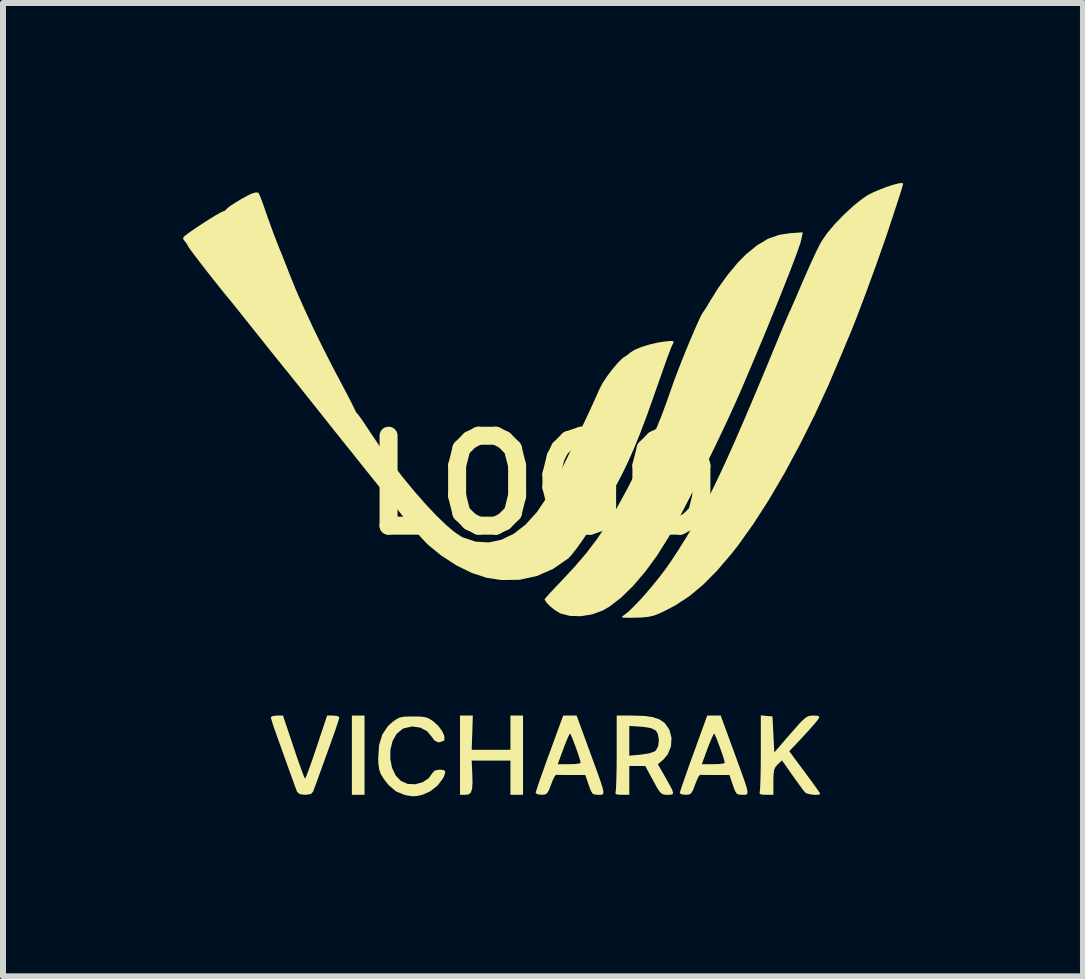
<source format=kicad_pcb>
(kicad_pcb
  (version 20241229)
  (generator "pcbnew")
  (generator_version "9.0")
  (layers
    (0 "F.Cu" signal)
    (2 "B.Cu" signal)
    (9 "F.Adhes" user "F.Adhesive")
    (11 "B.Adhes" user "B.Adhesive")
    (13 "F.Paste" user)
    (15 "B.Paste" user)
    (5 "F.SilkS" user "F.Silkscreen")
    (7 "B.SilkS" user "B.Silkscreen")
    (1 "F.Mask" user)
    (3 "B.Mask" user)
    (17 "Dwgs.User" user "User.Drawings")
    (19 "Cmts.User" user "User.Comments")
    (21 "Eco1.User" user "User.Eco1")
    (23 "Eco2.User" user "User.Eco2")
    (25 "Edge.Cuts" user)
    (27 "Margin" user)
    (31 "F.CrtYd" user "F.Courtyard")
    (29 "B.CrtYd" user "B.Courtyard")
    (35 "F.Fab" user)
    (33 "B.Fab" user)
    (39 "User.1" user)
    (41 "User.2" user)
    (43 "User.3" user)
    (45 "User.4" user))
  (footprint "LOGO"
    (layer "F.Cu")
    (at 5.998 5.034)
    (property "Reference" "LOGO" (at 0 0 0) (layer "F.SilkS") (effects (font (size 1.5 1.5) (thickness 0.3))))
    (attr board_only exclude_from_pos_files exclude_from_bom)
    (fp_poly (pts (xy -2.972 4.504) (xy -2.972 5.164) (xy -3.077 5.164) (xy -3.183 5.164) (xy -3.183 4.504) (xy -3.183 3.843) (xy -3.077 3.843) (xy -2.972 3.843)) (stroke (width 0) (type solid)) (fill yes) (layer "F.SilkS"))
    (fp_poly (pts (xy -1.176 4.128) (xy -1.186 4.414) (xy -0.863 4.414) (xy -0.54 4.413) (xy -0.54 4.128) (xy -0.54 3.843) (xy -0.435 3.843) (xy -0.33 3.843) (xy -0.33 4.504) (xy -0.33 5.164) (xy -0.435 5.164) (xy -0.54 5.164) (xy -0.54 4.879) (xy -0.54 4.594) (xy -0.863 4.594) (xy -1.186 4.593) (xy -1.176 4.806) (xy -1.172 4.96) (xy -1.179 5.064) (xy -1.2 5.126) (xy -1.239 5.157) (xy -1.292 5.164) (xy -1.381 5.164) (xy -1.381 4.504) (xy -1.381 3.843) (xy -1.274 3.843) (xy -1.167 3.843)) (stroke (width 0) (type solid)) (fill yes) (layer "F.SilkS"))
    (fp_poly (pts (xy -4.155 4.368) (xy -4.099 4.535) (xy -4.048 4.679) (xy -4.007 4.793) (xy -3.977 4.868) (xy -3.963 4.894) (xy -3.949 4.867) (xy -3.919 4.792) (xy -3.877 4.677) (xy -3.826 4.532) (xy -3.771 4.368) (xy -3.596 3.843) (xy -3.494 3.843) (xy -3.426 3.85) (xy -3.393 3.868) (xy -3.393 3.871) (xy -3.402 3.911) (xy -3.427 3.992) (xy -3.463 4.097) (xy -3.471 4.119) (xy -3.522 4.264) (xy -3.58 4.425) (xy -3.64 4.591) (xy -3.698 4.752) (xy -3.75 4.896) (xy -3.792 5.012) (xy -3.821 5.089) (xy -3.829 5.112) (xy -3.868 5.151) (xy -3.952 5.164) (xy -3.963 5.164) (xy -4.052 5.153) (xy -4.095 5.117) (xy -4.097 5.112) (xy -4.116 5.062) (xy -4.151 4.966) (xy -4.198 4.837) (xy -4.253 4.684) (xy -4.312 4.52) (xy -4.371 4.354) (xy -4.427 4.199) (xy -4.455 4.119) (xy -4.493 4.011) (xy -4.52 3.924) (xy -4.533 3.875) (xy -4.534 3.871) (xy -4.507 3.852) (xy -4.443 3.843) (xy -4.432 3.843) (xy -4.331 3.843)) (stroke (width 0) (type solid)) (fill yes) (layer "F.SilkS"))
    (fp_poly (pts (xy 3.73 3.849) (xy 3.828 3.858) (xy 3.843 4.158) (xy 3.858 4.457) (xy 4.124 4.15) (xy 4.232 4.026) (xy 4.31 3.941) (xy 4.368 3.888) (xy 4.414 3.858) (xy 4.457 3.846) (xy 4.506 3.843) (xy 4.508 3.843) (xy 4.583 3.847) (xy 4.609 3.864) (xy 4.603 3.885) (xy 4.565 3.937) (xy 4.492 4.023) (xy 4.391 4.136) (xy 4.268 4.268) (xy 4.226 4.313) (xy 4.107 4.437) (xy 4.365 4.784) (xy 4.457 4.909) (xy 4.535 5.016) (xy 4.591 5.096) (xy 4.621 5.141) (xy 4.624 5.148) (xy 4.598 5.162) (xy 4.537 5.165) (xy 4.463 5.157) (xy 4.4 5.142) (xy 4.373 5.127) (xy 4.341 5.087) (xy 4.284 5.01) (xy 4.211 4.91) (xy 4.161 4.839) (xy 3.986 4.59) (xy 3.915 4.657) (xy 3.877 4.7) (xy 3.855 4.751) (xy 3.845 4.828) (xy 3.843 4.944) (xy 3.843 5.164) (xy 3.72 5.164) (xy 3.642 5.16) (xy 3.612 5.144) (xy 3.615 5.117) (xy 3.62 5.073) (xy 3.625 4.98) (xy 3.629 4.845) (xy 3.632 4.681) (xy 3.633 4.495) (xy 3.633 4.454) (xy 3.633 3.839)) (stroke (width 0) (type solid)) (fill yes) (layer "F.SilkS"))
    (fp_poly (pts (xy 1.687 3.849) (xy 1.831 3.869) (xy 1.94 3.905) (xy 2.023 3.96) (xy 2.032 3.968) (xy 2.11 4.08) (xy 2.145 4.215) (xy 2.136 4.356) (xy 2.084 4.487) (xy 2.009 4.577) (xy 1.917 4.654) (xy 2.033 4.856) (xy 2.107 4.987) (xy 2.153 5.074) (xy 2.171 5.126) (xy 2.163 5.153) (xy 2.13 5.163) (xy 2.078 5.164) (xy 2.024 5.162) (xy 1.984 5.147) (xy 1.947 5.112) (xy 1.903 5.044) (xy 1.842 4.933) (xy 1.837 4.924) (xy 1.707 4.684) (xy 1.574 4.684) (xy 1.441 4.684) (xy 1.441 4.924) (xy 1.441 5.164) (xy 1.318 5.164) (xy 1.24 5.16) (xy 1.21 5.144) (xy 1.213 5.117) (xy 1.218 5.073) (xy 1.223 4.979) (xy 1.227 4.845) (xy 1.23 4.681) (xy 1.231 4.496) (xy 1.231 4.456) (xy 1.231 4.016) (xy 1.441 4.016) (xy 1.441 4.264) (xy 1.441 4.512) (xy 1.637 4.494) (xy 1.772 4.473) (xy 1.862 4.441) (xy 1.884 4.425) (xy 1.923 4.35) (xy 1.934 4.25) (xy 1.918 4.152) (xy 1.884 4.093) (xy 1.811 4.055) (xy 1.684 4.032) (xy 1.637 4.029) (xy 1.441 4.016) (xy 1.231 4.016) (xy 1.231 3.843) (xy 1.494 3.843)) (stroke (width 0) (type solid)) (fill yes) (layer "F.SilkS"))
    (fp_poly (pts (xy 0.78 4.436) (xy 0.861 4.658) (xy 0.923 4.829) (xy 0.968 4.957) (xy 0.996 5.047) (xy 1.009 5.107) (xy 1.008 5.142) (xy 0.994 5.159) (xy 0.969 5.164) (xy 0.934 5.164) (xy 0.924 5.164) (xy 0.864 5.16) (xy 0.826 5.14) (xy 0.797 5.089) (xy 0.764 4.999) (xy 0.708 4.834) (xy 0.474 4.834) (xy 0.36 4.833) (xy 0.271 4.832) (xy 0.221 4.831) (xy 0.218 4.831) (xy 0.197 4.855) (xy 0.165 4.921) (xy 0.136 4.996) (xy 0.1 5.09) (xy 0.069 5.14) (xy 0.031 5.16) (xy -0.022 5.164) (xy -0.089 5.155) (xy -0.12 5.134) (xy -0.12 5.132) (xy -0.11 5.095) (xy -0.082 5.011) (xy -0.04 4.887) (xy 0.015 4.733) (xy 0.043 4.654) (xy 0.248 4.654) (xy 0.439 4.654) (xy 0.537 4.651) (xy 0.606 4.642) (xy 0.63 4.632) (xy 0.621 4.588) (xy 0.597 4.509) (xy 0.563 4.411) (xy 0.526 4.31) (xy 0.492 4.221) (xy 0.465 4.161) (xy 0.454 4.143) (xy 0.436 4.17) (xy 0.404 4.24) (xy 0.363 4.342) (xy 0.342 4.399) (xy 0.248 4.654) (xy 0.043 4.654) (xy 0.078 4.556) (xy 0.11 4.471) (xy 0.339 3.843) (xy 0.451 3.843) (xy 0.563 3.843)) (stroke (width 0) (type solid)) (fill yes) (layer "F.SilkS"))
    (fp_poly (pts (xy 3.182 4.436) (xy 3.263 4.658) (xy 3.325 4.829) (xy 3.37 4.957) (xy 3.398 5.047) (xy 3.411 5.107) (xy 3.41 5.142) (xy 3.396 5.159) (xy 3.371 5.164) (xy 3.336 5.164) (xy 3.326 5.164) (xy 3.266 5.16) (xy 3.228 5.14) (xy 3.199 5.089) (xy 3.166 4.999) (xy 3.11 4.834) (xy 2.876 4.834) (xy 2.762 4.833) (xy 2.673 4.832) (xy 2.623 4.831) (xy 2.62 4.831) (xy 2.598 4.855) (xy 2.567 4.921) (xy 2.538 4.996) (xy 2.502 5.09) (xy 2.471 5.14) (xy 2.433 5.16) (xy 2.38 5.164) (xy 2.313 5.156) (xy 2.282 5.137) (xy 2.282 5.135) (xy 2.292 5.1) (xy 2.319 5.016) (xy 2.362 4.893) (xy 2.416 4.739) (xy 2.446 4.654) (xy 2.65 4.654) (xy 2.841 4.654) (xy 2.939 4.651) (xy 3.008 4.642) (xy 3.032 4.632) (xy 3.023 4.588) (xy 2.999 4.509) (xy 2.965 4.411) (xy 2.928 4.31) (xy 2.894 4.221) (xy 2.867 4.161) (xy 2.856 4.143) (xy 2.838 4.17) (xy 2.806 4.24) (xy 2.765 4.342) (xy 2.743 4.399) (xy 2.65 4.654) (xy 2.446 4.654) (xy 2.479 4.563) (xy 2.511 4.475) (xy 2.74 3.843) (xy 2.852 3.843) (xy 2.965 3.843)) (stroke (width 0) (type solid)) (fill yes) (layer "F.SilkS"))
    (fp_poly (pts (xy -2.038 3.86) (xy -1.955 3.871) (xy -1.892 3.895) (xy -1.829 3.937) (xy -1.818 3.945) (xy -1.738 4.021) (xy -1.676 4.106) (xy -1.641 4.186) (xy -1.64 4.247) (xy -1.657 4.267) (xy -1.738 4.292) (xy -1.808 4.258) (xy -1.846 4.204) (xy -1.929 4.104) (xy -2.045 4.043) (xy -2.179 4.025) (xy -2.314 4.055) (xy -2.34 4.067) (xy -2.438 4.149) (xy -2.505 4.269) (xy -2.54 4.412) (xy -2.543 4.565) (xy -2.514 4.713) (xy -2.452 4.843) (xy -2.367 4.932) (xy -2.255 4.982) (xy -2.128 4.988) (xy -2.005 4.955) (xy -1.902 4.887) (xy -1.847 4.809) (xy -1.802 4.759) (xy -1.721 4.744) (xy -1.719 4.744) (xy -1.65 4.751) (xy -1.625 4.781) (xy -1.642 4.844) (xy -1.665 4.892) (xy -1.754 5.009) (xy -1.879 5.107) (xy -2.005 5.163) (xy -2.098 5.185) (xy -2.173 5.188) (xy -2.263 5.174) (xy -2.308 5.164) (xy -2.447 5.107) (xy -2.571 5.002) (xy -2.654 4.895) (xy -2.702 4.815) (xy -2.729 4.738) (xy -2.741 4.642) (xy -2.744 4.552) (xy -2.729 4.335) (xy -2.676 4.16) (xy -2.583 4.02) (xy -2.514 3.956) (xy -2.445 3.906) (xy -2.385 3.876) (xy -2.313 3.862) (xy -2.208 3.858) (xy -2.161 3.858)) (stroke (width 0) (type solid)) (fill yes) (layer "F.SilkS"))
    (fp_poly (pts (xy 4.31 -4.098) (xy 4.29 -4.025) (xy 4.248 -3.904) (xy 4.187 -3.738) (xy 4.109 -3.535) (xy 4.016 -3.299) (xy 3.911 -3.036) (xy 3.795 -2.752) (xy 3.672 -2.452) (xy 3.542 -2.143) (xy 3.41 -1.83) (xy 3.282 -1.531) (xy 3.184 -1.311) (xy 3.068 -1.058) (xy 2.938 -0.783) (xy 2.799 -0.496) (xy 2.657 -0.206) (xy 2.516 0.076) (xy 2.381 0.34) (xy 2.258 0.576) (xy 2.151 0.773) (xy 2.092 0.877) (xy 1.905 1.175) (xy 1.707 1.445) (xy 1.505 1.682) (xy 1.304 1.878) (xy 1.111 2.027) (xy 0.992 2.095) (xy 0.819 2.157) (xy 0.632 2.187) (xy 0.453 2.182) (xy 0.299 2.143) (xy 0.285 2.137) (xy 0.204 2.088) (xy 0.124 2.024) (xy 0.061 1.96) (xy 0.031 1.91) (xy 0.03 1.904) (xy 0.05 1.878) (xy 0.104 1.817) (xy 0.185 1.73) (xy 0.285 1.625) (xy 0.312 1.597) (xy 0.53 1.363) (xy 0.724 1.136) (xy 0.901 0.904) (xy 1.068 0.657) (xy 1.233 0.383) (xy 1.403 0.073) (xy 1.548 -0.21) (xy 1.682 -0.48) (xy 1.792 -0.715) (xy 1.887 -0.931) (xy 1.974 -1.144) (xy 2.059 -1.372) (xy 2.136 -1.591) (xy 2.186 -1.733) (xy 2.248 -1.897) (xy 2.317 -2.074) (xy 2.389 -2.253) (xy 2.461 -2.427) (xy 2.529 -2.585) (xy 2.588 -2.719) (xy 2.634 -2.818) (xy 2.665 -2.874) (xy 2.672 -2.882) (xy 2.696 -2.915) (xy 2.738 -2.983) (xy 2.776 -3.047) (xy 2.923 -3.284) (xy 3.086 -3.51) (xy 3.253 -3.71) (xy 3.382 -3.841) (xy 3.573 -3.997) (xy 3.753 -4.104) (xy 3.936 -4.169) (xy 4.119 -4.197) (xy 4.332 -4.212)) (stroke (width 0) (type solid)) (fill yes) (layer "F.SilkS"))
    (fp_poly (pts (xy 5.998 -5.031) (xy 6.002 -5.026) (xy 6.003 -5.017) (xy 6 -4.997) (xy 5.989 -4.96) (xy 5.971 -4.898) (xy 5.941 -4.806) (xy 5.899 -4.676) (xy 5.842 -4.502) (xy 5.768 -4.278) (xy 5.709 -4.102) (xy 5.636 -3.895) (xy 5.555 -3.666) (xy 5.468 -3.428) (xy 5.381 -3.19) (xy 5.296 -2.965) (xy 5.219 -2.763) (xy 5.152 -2.594) (xy 5.101 -2.469) (xy 5.095 -2.457) (xy 5.057 -2.368) (xy 5.012 -2.258) (xy 4.991 -2.207) (xy 4.767 -1.679) (xy 4.529 -1.162) (xy 4.279 -0.663) (xy 4.023 -0.188) (xy 3.764 0.253) (xy 3.506 0.654) (xy 3.254 1.007) (xy 3.149 1.141) (xy 2.906 1.426) (xy 2.674 1.66) (xy 2.445 1.851) (xy 2.212 2.004) (xy 2.077 2.076) (xy 1.949 2.138) (xy 1.852 2.176) (xy 1.762 2.197) (xy 1.657 2.208) (xy 1.547 2.212) (xy 1.42 2.214) (xy 1.346 2.211) (xy 1.317 2.203) (xy 1.326 2.188) (xy 1.335 2.183) (xy 1.419 2.118) (xy 1.528 2.013) (xy 1.655 1.879) (xy 1.789 1.724) (xy 1.924 1.56) (xy 2.049 1.396) (xy 2.143 1.261) (xy 2.266 1.073) (xy 2.382 0.888) (xy 2.494 0.701) (xy 2.604 0.508) (xy 2.713 0.303) (xy 2.825 0.082) (xy 2.942 -0.16) (xy 3.066 -0.428) (xy 3.2 -0.727) (xy 3.346 -1.063) (xy 3.506 -1.439) (xy 3.683 -1.86) (xy 3.878 -2.332) (xy 3.901 -2.387) (xy 3.965 -2.542) (xy 4.023 -2.68) (xy 4.07 -2.79) (xy 4.101 -2.862) (xy 4.11 -2.882) (xy 4.13 -2.924) (xy 4.168 -3.011) (xy 4.221 -3.132) (xy 4.284 -3.28) (xy 4.338 -3.406) (xy 4.414 -3.579) (xy 4.49 -3.748) (xy 4.561 -3.899) (xy 4.62 -4.016) (xy 4.648 -4.066) (xy 4.738 -4.198) (xy 4.865 -4.348) (xy 5.014 -4.502) (xy 5.17 -4.647) (xy 5.319 -4.767) (xy 5.414 -4.831) (xy 5.504 -4.877) (xy 5.616 -4.925) (xy 5.734 -4.97) (xy 5.846 -5.006) (xy 5.936 -5.029) (xy 5.99 -5.034)) (stroke (width 0) (type solid)) (fill yes) (layer "F.SilkS"))
    (fp_poly (pts (xy -4.743 -4.873) (xy -4.741 -4.872) (xy -4.722 -4.835) (xy -4.69 -4.755) (xy -4.651 -4.648) (xy -4.638 -4.609) (xy -4.571 -4.418) (xy -4.5 -4.223) (xy -4.432 -4.045) (xy -4.375 -3.902) (xy -4.369 -3.888) (xy -4.341 -3.819) (xy -4.299 -3.713) (xy -4.25 -3.589) (xy -4.233 -3.543) (xy -4.121 -3.266) (xy -3.983 -2.953) (xy -3.827 -2.617) (xy -3.659 -2.273) (xy -3.485 -1.933) (xy -3.424 -1.818) (xy -3.335 -1.65) (xy -3.256 -1.499) (xy -3.192 -1.375) (xy -3.147 -1.284) (xy -3.124 -1.235) (xy -3.122 -1.23) (xy -3.1 -1.197) (xy -3.098 -1.196) (xy -3.074 -1.168) (xy -3.024 -1.1) (xy -2.956 -0.999) (xy -2.875 -0.877) (xy -2.851 -0.841) (xy -2.69 -0.602) (xy -2.514 -0.36) (xy -2.33 -0.123) (xy -2.142 0.105) (xy -1.957 0.316) (xy -1.78 0.504) (xy -1.617 0.662) (xy -1.474 0.783) (xy -1.356 0.862) (xy -1.336 0.873) (xy -1.12 0.944) (xy -0.905 0.957) (xy -0.692 0.913) (xy -0.485 0.813) (xy -0.286 0.658) (xy -0.097 0.449) (xy 0.078 0.189) (xy 0.094 0.161) (xy 0.147 0.063) (xy 0.22 -0.079) (xy 0.308 -0.255) (xy 0.407 -0.456) (xy 0.511 -0.67) (xy 0.616 -0.889) (xy 0.717 -1.101) (xy 0.808 -1.297) (xy 0.885 -1.466) (xy 0.944 -1.599) (xy 0.948 -1.607) (xy 0.997 -1.7) (xy 1.071 -1.812) (xy 1.157 -1.927) (xy 1.244 -2.03) (xy 1.318 -2.104) (xy 1.342 -2.122) (xy 1.413 -2.171) (xy 1.464 -2.212) (xy 1.532 -2.254) (xy 1.642 -2.3) (xy 1.775 -2.341) (xy 1.915 -2.374) (xy 2.011 -2.389) (xy 2.112 -2.4) (xy 2.165 -2.4) (xy 2.181 -2.387) (xy 2.171 -2.359) (xy 2.168 -2.353) (xy 2.151 -2.319) (xy 2.129 -2.265) (xy 2.099 -2.187) (xy 2.059 -2.078) (xy 2.007 -1.931) (xy 1.94 -1.741) (xy 1.856 -1.501) (xy 1.736 -1.163) (xy 1.626 -0.872) (xy 1.522 -0.615) (xy 1.419 -0.383) (xy 1.317 -0.172) (xy 1.225 0.003) (xy 1.118 0.194) (xy 1.001 0.392) (xy 0.88 0.588) (xy 0.76 0.774) (xy 0.648 0.94) (xy 0.548 1.078) (xy 0.467 1.179) (xy 0.422 1.225) (xy 0.17 1.399) (xy -0.102 1.518) (xy -0.391 1.58) (xy -0.692 1.584) (xy -0.931 1.548) (xy -1.181 1.467) (xy -1.442 1.339) (xy -1.699 1.172) (xy -1.909 1) (xy -1.967 0.942) (xy -2.051 0.85) (xy -2.15 0.738) (xy -2.251 0.62) (xy -2.344 0.508) (xy -2.377 0.465) (xy -2.401 0.435) (xy -2.457 0.366) (xy -2.537 0.265) (xy -2.636 0.142) (xy -2.747 0.003) (xy -2.865 -0.143) (xy -2.982 -0.289) (xy -3.092 -0.427) (xy -3.189 -0.549) (xy -3.268 -0.646) (xy -3.32 -0.712) (xy -3.34 -0.736) (xy -3.364 -0.767) (xy -3.421 -0.838) (xy -3.504 -0.942) (xy -3.608 -1.073) (xy -3.727 -1.223) (xy -3.806 -1.322) (xy -3.933 -1.482) (xy -4.049 -1.627) (xy -4.148 -1.751) (xy -4.225 -1.847) (xy -4.273 -1.907) (xy -4.287 -1.923) (xy -4.316 -1.958) (xy -4.376 -2.033) (xy -4.463 -2.141) (xy -4.57 -2.274) (xy -4.69 -2.426) (xy -4.767 -2.522) (xy -4.895 -2.682) (xy -5.013 -2.83) (xy -5.114 -2.957) (xy -5.194 -3.056) (xy -5.246 -3.12) (xy -5.261 -3.137) (xy -5.323 -3.213) (xy -5.404 -3.314) (xy -5.498 -3.432) (xy -5.596 -3.557) (xy -5.693 -3.682) (xy -5.78 -3.796) (xy -5.851 -3.89) (xy -5.898 -3.955) (xy -5.915 -3.982) (xy -5.933 -4.018) (xy -5.965 -4.059) (xy -5.998 -4.104) (xy -5.985 -4.137) (xy -5.957 -4.161) (xy -5.886 -4.214) (xy -5.788 -4.282) (xy -5.675 -4.356) (xy -5.561 -4.429) (xy -5.457 -4.493) (xy -5.375 -4.54) (xy -5.327 -4.563) (xy -5.323 -4.564) (xy -5.287 -4.578) (xy -5.284 -4.587) (xy -5.26 -4.614) (xy -5.197 -4.66) (xy -5.109 -4.717) (xy -5.011 -4.775) (xy -4.916 -4.827) (xy -4.853 -4.857) (xy -4.785 -4.877)) (stroke (width 0) (type solid)) (fill yes) (layer "F.SilkS")))
  (gr_rect
    (start -3 -3)
    (end 15.001 13.223)
    (stroke (width 0.1) (type default))
    (fill no)
    (layer "Edge.Cuts")))
</source>
